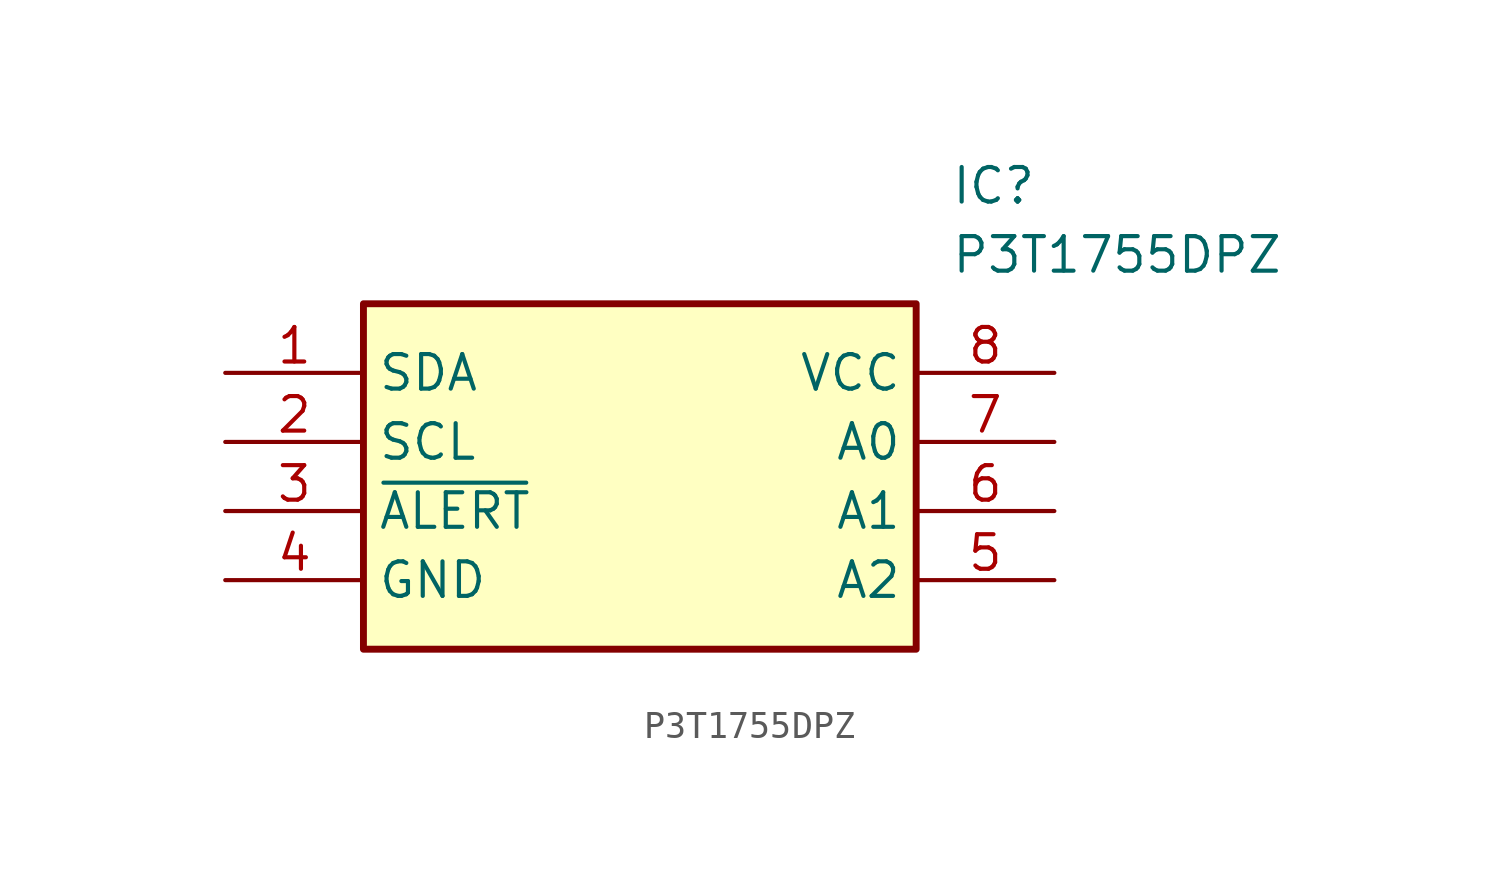
<source format=kicad_sym>
(kicad_symbol_lib
  (version 20211014)
  (generator SamacSys_ECAD_Model)
  (symbol "P3T1755DPZ"
    (property "Reference" "IC"
      (at 26.67 7.62 0)
      (effects (font (size 1.27 1.27)) (justify left top)))
    (property "Value" "P3T1755DPZ"
      (at 26.67 5.08 0)
      (effects (font (size 1.27 1.27)) (justify left top)))
    (rectangle
      (start 5.08 2.54)
      (end 25.4 -10.16)
      (stroke (width 0.254) (type default))
      (fill (type background)))
    (pin passive line
      (at 0 0 0)
      (length 5.08)
      (name "SDA" (effects (font (size 1.27 1.27))))
      (number "1" (effects (font (size 1.27 1.27)))))
    (pin passive line
      (at 0 -2.54 0)
      (length 5.08)
      (name "SCL" (effects (font (size 1.27 1.27))))
      (number "2" (effects (font (size 1.27 1.27)))))
    (pin passive line
      (at 0 -5.08 0)
      (length 5.08)
      (name "~{ALERT}" (effects (font (size 1.27 1.27))))
      (number "3" (effects (font (size 1.27 1.27)))))
    (pin passive line
      (at 0 -7.62 0)
      (length 5.08)
      (name "GND" (effects (font (size 1.27 1.27))))
      (number "4" (effects (font (size 1.27 1.27)))))
    (pin passive line
      (at 30.48 -7.62 180)
      (length 5.08)
      (name "A2" (effects (font (size 1.27 1.27))))
      (number "5" (effects (font (size 1.27 1.27)))))
    (pin passive line
      (at 30.48 -5.08 180)
      (length 5.08)
      (name "A1" (effects (font (size 1.27 1.27))))
      (number "6" (effects (font (size 1.27 1.27)))))
    (pin passive line
      (at 30.48 -2.54 180)
      (length 5.08)
      (name "A0" (effects (font (size 1.27 1.27))))
      (number "7" (effects (font (size 1.27 1.27)))))
    (pin passive line
      (at 30.48 0 180)
      (length 5.08)
      (name "VCC" (effects (font (size 1.27 1.27))))
      (number "8" (effects (font (size 1.27 1.27)))))))
</source>
